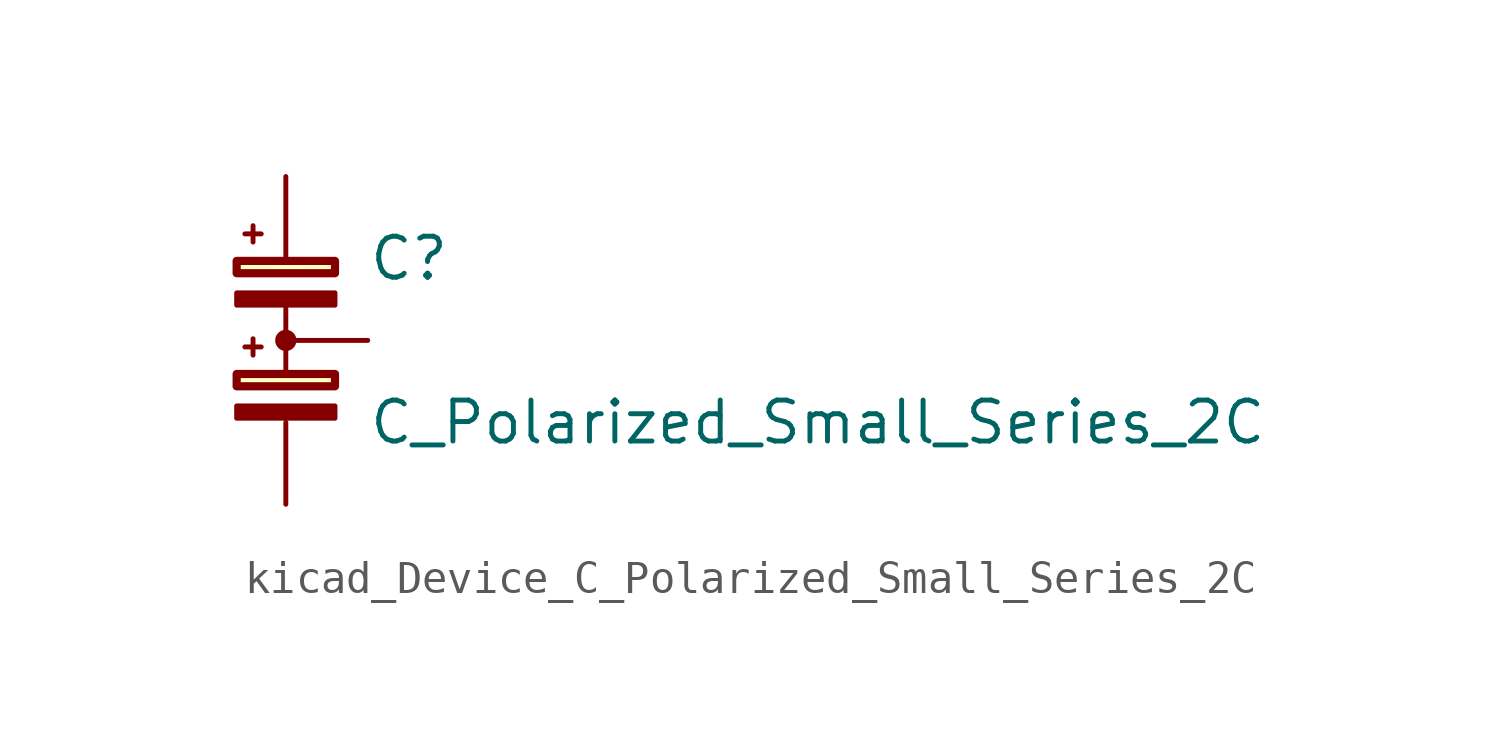
<source format=kicad_sym>
(kicad_symbol_lib
  (version 20220914)
  (generator kicad_symbol_editor)
  (symbol "kicad_Device_C_Polarized_Small_Series_2C"
    (pin_numbers hide)
    (pin_names hide)
    (property "Reference" "C"
      (at 2.54 2.54 0)
      (effects (font (size 1.27 1.27)) (justify left)))
    (property "Value" "C_Polarized_Small_Series_2C"
      (at 2.54 -2.54 0)
      (effects (font (size 1.27 1.27)) (justify left)))
    (symbol "kicad_Device_C_Polarized_Small_Series_2C_0_1"
      (rectangle (start -1.524 -2.032) (end 1.524 -2.413) (stroke (width 0) (type default)) (fill (type outline)))
      (rectangle (start -1.524 -1.041) (end 1.524 -1.422) (stroke (width 0.254) (type default)) (fill (type background)))
      (rectangle (start -1.524 1.473) (end 1.524 1.092) (stroke (width 0) (type default)) (fill (type outline)))
      (rectangle (start -1.524 2.464) (end 1.524 2.083) (stroke (width 0.254) (type default)) (fill (type background)))
      (polyline (pts (xy -1.27 -0.203) (xy -0.762 -0.203)) (stroke (width 0) (type default)) (fill (type none)))
      (polyline (pts (xy -1.27 3.302) (xy -0.762 3.302)) (stroke (width 0) (type default)) (fill (type none)))
      (polyline (pts (xy -1.016 -0.457) (xy -1.016 0.051)) (stroke (width 0) (type default)) (fill (type none)))
      (polyline (pts (xy -1.016 3.048) (xy -1.016 3.556)) (stroke (width 0) (type default)) (fill (type none)))
      (polyline (pts (xy 0 1.016) (xy 0 -1.016)) (stroke (width 0.152) (type default)) (fill (type none)))
      (circle (center 0 0) (radius 0.254) (stroke (width 0) (type default)) (fill (type outline))))
    (symbol "kicad_Device_C_Polarized_Small_Series_2C_1_1"
      (pin passive line (at 0 5.08 270) (length 2.54) (name "~" (effects (font (size 1.27 1.27)))) (number "1" (effects (font (size 1.27 1.27)))))
      (pin passive line (at 2.54 0 180) (length 2.54) (name "~" (effects (font (size 1.27 1.27)))) (number "2" (effects (font (size 1.27 1.27)))))
      (pin passive line (at 0 -5.08 90) (length 2.54) (name "~" (effects (font (size 1.27 1.27)))) (number "3" (effects (font (size 1.27 1.27))))))))
</source>
